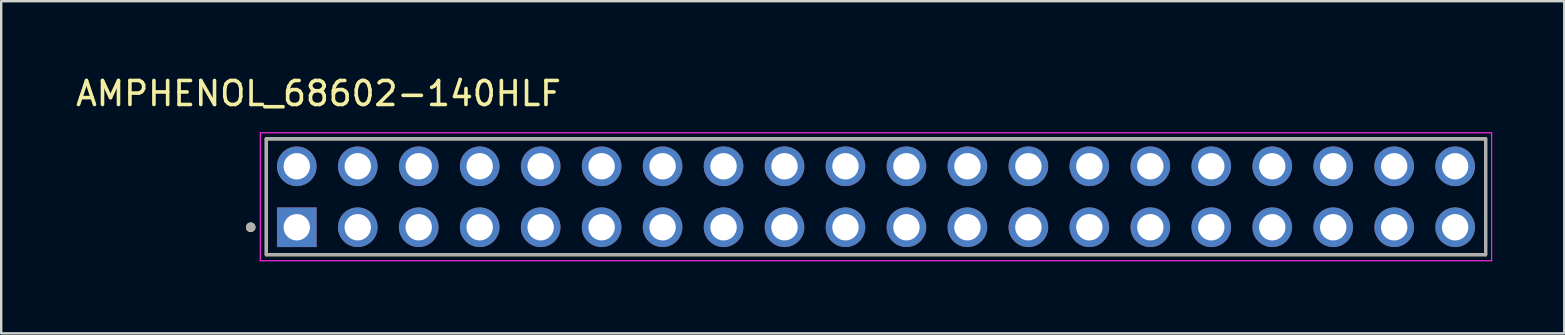
<source format=kicad_pcb>
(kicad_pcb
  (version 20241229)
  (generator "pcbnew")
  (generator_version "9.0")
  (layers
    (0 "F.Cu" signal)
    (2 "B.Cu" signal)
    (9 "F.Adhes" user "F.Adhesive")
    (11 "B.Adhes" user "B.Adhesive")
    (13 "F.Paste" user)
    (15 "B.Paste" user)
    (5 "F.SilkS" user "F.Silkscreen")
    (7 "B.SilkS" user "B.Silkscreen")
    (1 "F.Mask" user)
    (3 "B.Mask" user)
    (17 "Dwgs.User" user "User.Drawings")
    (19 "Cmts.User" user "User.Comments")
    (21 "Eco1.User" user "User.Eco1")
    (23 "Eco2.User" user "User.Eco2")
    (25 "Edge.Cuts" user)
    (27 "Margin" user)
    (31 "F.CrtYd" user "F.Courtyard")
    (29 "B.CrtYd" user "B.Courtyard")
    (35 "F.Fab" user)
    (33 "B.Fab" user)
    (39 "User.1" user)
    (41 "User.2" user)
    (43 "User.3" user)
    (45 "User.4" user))
  (footprint "AMPHENOL_68602-140HLF"
    (layer "F.Cu")
    (at 33.445 5.148)
    (property "Reference" "AMPHENOL_68602-140HLF" (at -23.225 -4.3 0) (layer "F.SilkS") (effects (font (size 1 1) (thickness 0.15))))
    (attr through_hole)
    (fp_line (start -25.4 2.415) (end -25.4 -2.415) (stroke (width 0.127) (type solid)) (layer "F.SilkS"))
    (fp_line (start 25.4 -2.415) (end -25.4 -2.415) (stroke (width 0.127) (type solid)) (layer "F.SilkS"))
    (fp_line (start 25.4 -2.415) (end 25.4 2.415) (stroke (width 0.127) (type solid)) (layer "F.SilkS"))
    (fp_line (start 25.4 2.415) (end -25.4 2.415) (stroke (width 0.127) (type solid)) (layer "F.SilkS"))
    (fp_circle (center -26.05 1.27) (end -25.95 1.27) (stroke (width 0.2) (type solid)) (fill no) (layer "F.SilkS"))
    (fp_line (start -25.65 -2.665) (end 25.65 -2.665) (stroke (width 0.05) (type solid)) (layer "F.CrtYd"))
    (fp_line (start -25.65 2.665) (end -25.65 -2.665) (stroke (width 0.05) (type solid)) (layer "F.CrtYd"))
    (fp_line (start 25.65 -2.665) (end 25.65 2.665) (stroke (width 0.05) (type solid)) (layer "F.CrtYd"))
    (fp_line (start 25.65 2.665) (end -25.65 2.665) (stroke (width 0.05) (type solid)) (layer "F.CrtYd"))
    (fp_line (start -25.4 -2.415) (end 25.4 -2.415) (stroke (width 0.127) (type solid)) (layer "F.Fab"))
    (fp_line (start -25.4 -2.415) (end 25.4 -2.415) (stroke (width 0.127) (type solid)) (layer "F.Fab"))
    (fp_line (start -25.4 2.415) (end -25.4 -2.415) (stroke (width 0.127) (type solid)) (layer "F.Fab"))
    (fp_line (start -25.4 2.415) (end -25.4 -2.415) (stroke (width 0.127) (type solid)) (layer "F.Fab"))
    (fp_line (start 25.4 -2.415) (end 25.4 2.415) (stroke (width 0.127) (type solid)) (layer "F.Fab"))
    (fp_line (start 25.4 -2.415) (end 25.4 2.415) (stroke (width 0.127) (type solid)) (layer "F.Fab"))
    (fp_line (start 25.4 2.415) (end -25.4 2.415) (stroke (width 0.127) (type solid)) (layer "F.Fab"))
    (fp_circle (center -26.05 1.27) (end -25.95 1.27) (stroke (width 0.2) (type solid)) (fill no) (layer "F.Fab"))
    (pad "01" thru_hole rect (at -24.13 1.27) (size 1.65 1.65) (drill 1.1) (layers "*.Cu" "*.Mask"))
    (pad "02" thru_hole circle (at -24.13 -1.27) (size 1.65 1.65) (drill 1.1) (layers "*.Cu" "*.Mask"))
    (pad "03" thru_hole circle (at -21.59 1.27) (size 1.65 1.65) (drill 1.1) (layers "*.Cu" "*.Mask"))
    (pad "04" thru_hole circle (at -21.59 -1.27) (size 1.65 1.65) (drill 1.1) (layers "*.Cu" "*.Mask"))
    (pad "05" thru_hole circle (at -19.05 1.27) (size 1.65 1.65) (drill 1.1) (layers "*.Cu" "*.Mask"))
    (pad "06" thru_hole circle (at -19.05 -1.27) (size 1.65 1.65) (drill 1.1) (layers "*.Cu" "*.Mask"))
    (pad "07" thru_hole circle (at -16.51 1.27) (size 1.65 1.65) (drill 1.1) (layers "*.Cu" "*.Mask"))
    (pad "08" thru_hole circle (at -16.51 -1.27) (size 1.65 1.65) (drill 1.1) (layers "*.Cu" "*.Mask"))
    (pad "09" thru_hole circle (at -13.97 1.27) (size 1.65 1.65) (drill 1.1) (layers "*.Cu" "*.Mask"))
    (pad "10" thru_hole circle (at -13.97 -1.27) (size 1.65 1.65) (drill 1.1) (layers "*.Cu" "*.Mask"))
    (pad "11" thru_hole circle (at -11.43 1.27) (size 1.65 1.65) (drill 1.1) (layers "*.Cu" "*.Mask"))
    (pad "12" thru_hole circle (at -11.43 -1.27) (size 1.65 1.65) (drill 1.1) (layers "*.Cu" "*.Mask"))
    (pad "13" thru_hole circle (at -8.89 1.27) (size 1.65 1.65) (drill 1.1) (layers "*.Cu" "*.Mask"))
    (pad "14" thru_hole circle (at -8.89 -1.27) (size 1.65 1.65) (drill 1.1) (layers "*.Cu" "*.Mask"))
    (pad "15" thru_hole circle (at -6.35 1.27) (size 1.65 1.65) (drill 1.1) (layers "*.Cu" "*.Mask"))
    (pad "16" thru_hole circle (at -6.35 -1.27) (size 1.65 1.65) (drill 1.1) (layers "*.Cu" "*.Mask"))
    (pad "17" thru_hole circle (at -3.81 1.27) (size 1.65 1.65) (drill 1.1) (layers "*.Cu" "*.Mask"))
    (pad "18" thru_hole circle (at -3.81 -1.27) (size 1.65 1.65) (drill 1.1) (layers "*.Cu" "*.Mask"))
    (pad "19" thru_hole circle (at -1.27 1.27) (size 1.65 1.65) (drill 1.1) (layers "*.Cu" "*.Mask"))
    (pad "20" thru_hole circle (at -1.27 -1.27) (size 1.65 1.65) (drill 1.1) (layers "*.Cu" "*.Mask"))
    (pad "21" thru_hole circle (at 1.27 1.27) (size 1.65 1.65) (drill 1.1) (layers "*.Cu" "*.Mask"))
    (pad "22" thru_hole circle (at 1.27 -1.27) (size 1.65 1.65) (drill 1.1) (layers "*.Cu" "*.Mask"))
    (pad "23" thru_hole circle (at 3.81 1.27) (size 1.65 1.65) (drill 1.1) (layers "*.Cu" "*.Mask"))
    (pad "24" thru_hole circle (at 3.81 -1.27) (size 1.65 1.65) (drill 1.1) (layers "*.Cu" "*.Mask"))
    (pad "25" thru_hole circle (at 6.35 1.27) (size 1.65 1.65) (drill 1.1) (layers "*.Cu" "*.Mask"))
    (pad "26" thru_hole circle (at 6.35 -1.27) (size 1.65 1.65) (drill 1.1) (layers "*.Cu" "*.Mask"))
    (pad "27" thru_hole circle (at 8.89 1.27) (size 1.65 1.65) (drill 1.1) (layers "*.Cu" "*.Mask"))
    (pad "28" thru_hole circle (at 8.89 -1.27) (size 1.65 1.65) (drill 1.1) (layers "*.Cu" "*.Mask"))
    (pad "29" thru_hole circle (at 11.43 1.27) (size 1.65 1.65) (drill 1.1) (layers "*.Cu" "*.Mask"))
    (pad "30" thru_hole circle (at 11.43 -1.27) (size 1.65 1.65) (drill 1.1) (layers "*.Cu" "*.Mask"))
    (pad "31" thru_hole circle (at 13.97 1.27) (size 1.65 1.65) (drill 1.1) (layers "*.Cu" "*.Mask"))
    (pad "32" thru_hole circle (at 13.97 -1.27) (size 1.65 1.65) (drill 1.1) (layers "*.Cu" "*.Mask"))
    (pad "33" thru_hole circle (at 16.51 1.27) (size 1.65 1.65) (drill 1.1) (layers "*.Cu" "*.Mask"))
    (pad "34" thru_hole circle (at 16.51 -1.27) (size 1.65 1.65) (drill 1.1) (layers "*.Cu" "*.Mask"))
    (pad "35" thru_hole circle (at 19.05 1.27) (size 1.65 1.65) (drill 1.1) (layers "*.Cu" "*.Mask"))
    (pad "36" thru_hole circle (at 19.05 -1.27) (size 1.65 1.65) (drill 1.1) (layers "*.Cu" "*.Mask"))
    (pad "37" thru_hole circle (at 21.59 1.27) (size 1.65 1.65) (drill 1.1) (layers "*.Cu" "*.Mask"))
    (pad "38" thru_hole circle (at 21.59 -1.27) (size 1.65 1.65) (drill 1.1) (layers "*.Cu" "*.Mask"))
    (pad "39" thru_hole circle (at 24.13 1.27) (size 1.65 1.65) (drill 1.1) (layers "*.Cu" "*.Mask"))
    (pad "40" thru_hole circle (at 24.13 -1.27) (size 1.65 1.65) (drill 1.1) (layers "*.Cu" "*.Mask")))
  (gr_rect
    (start -3 -3)
    (end 62.12 10.838)
    (stroke (width 0.1) (type default))
    (fill no)
    (layer "Edge.Cuts")))
</source>
